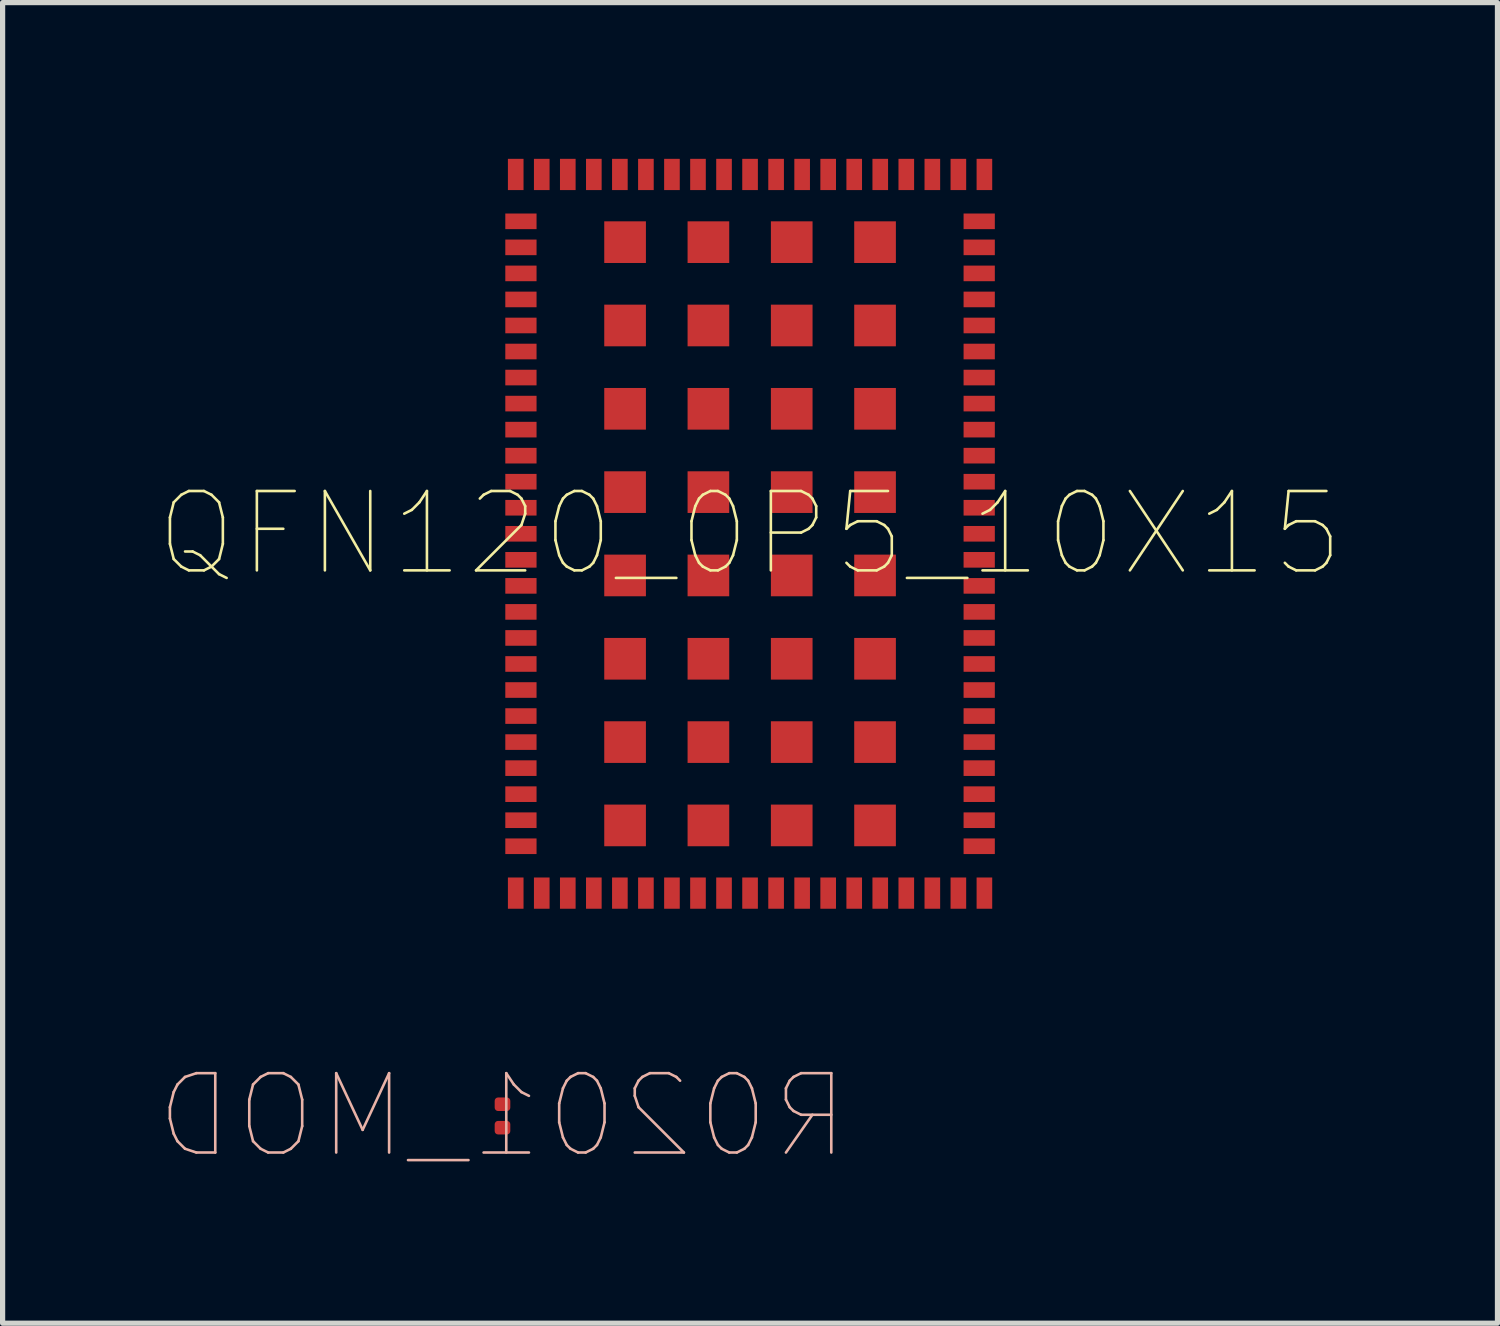
<source format=kicad_pcb>
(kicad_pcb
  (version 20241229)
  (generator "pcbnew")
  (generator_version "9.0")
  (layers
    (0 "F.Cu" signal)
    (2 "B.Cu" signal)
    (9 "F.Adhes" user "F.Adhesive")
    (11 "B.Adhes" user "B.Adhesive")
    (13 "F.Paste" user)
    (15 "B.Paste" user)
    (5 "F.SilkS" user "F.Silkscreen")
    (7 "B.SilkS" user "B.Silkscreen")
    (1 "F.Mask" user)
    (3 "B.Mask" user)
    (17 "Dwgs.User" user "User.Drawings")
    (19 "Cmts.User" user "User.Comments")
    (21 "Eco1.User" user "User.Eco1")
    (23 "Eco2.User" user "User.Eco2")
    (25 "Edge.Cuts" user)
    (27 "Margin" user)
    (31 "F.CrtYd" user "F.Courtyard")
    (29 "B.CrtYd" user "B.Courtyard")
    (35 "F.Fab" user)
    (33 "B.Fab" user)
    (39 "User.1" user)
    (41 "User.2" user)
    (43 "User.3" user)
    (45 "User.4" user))
  (footprint "QFN120_0P5_10X15"
    (layer "F.Cu")
    (at 11.353 7.2)
    (property "Reference" "QFN120_0P5_10X15" (at 0 0 0) (layer "F.SilkS") (effects (font (size 1.524 1.524) (thickness 0.05))))
    (attr smd)
    (pad "1" smd rect (at 4.5 -6.9 180) (size 0.3 0.6) (layers "F.Cu"))
    (pad "2" smd rect (at 4 -6.9 180) (size 0.3 0.6) (layers "F.Cu"))
    (pad "3" smd rect (at 3.5 -6.9 180) (size 0.3 0.6) (layers "F.Cu"))
    (pad "4" smd rect (at 3 -6.9 180) (size 0.3 0.6) (layers "F.Cu"))
    (pad "5" smd rect (at 2.5 -6.9 180) (size 0.3 0.6) (layers "F.Cu"))
    (pad "6" smd rect (at 2 -6.9 180) (size 0.3 0.6) (layers "F.Cu"))
    (pad "7" smd rect (at 1.5 -6.9 180) (size 0.3 0.6) (layers "F.Cu"))
    (pad "8" smd rect (at 1 -6.9 180) (size 0.3 0.6) (layers "F.Cu"))
    (pad "9" smd rect (at 0.5 -6.9 180) (size 0.3 0.6) (layers "F.Cu"))
    (pad "10" smd rect (at 0 -6.9 180) (size 0.3 0.6) (layers "F.Cu"))
    (pad "11" smd rect (at -0.5 -6.9 180) (size 0.3 0.6) (layers "F.Cu"))
    (pad "12" smd rect (at -1 -6.9 180) (size 0.3 0.6) (layers "F.Cu"))
    (pad "13" smd rect (at -1.5 -6.9 180) (size 0.3 0.6) (layers "F.Cu"))
    (pad "14" smd rect (at -2 -6.9 180) (size 0.3 0.6) (layers "F.Cu"))
    (pad "15" smd rect (at -2.5 -6.9 180) (size 0.3 0.6) (layers "F.Cu"))
    (pad "16" smd rect (at -3 -6.9 180) (size 0.3 0.6) (layers "F.Cu"))
    (pad "17" smd rect (at -3.5 -6.9 180) (size 0.3 0.6) (layers "F.Cu"))
    (pad "18" smd rect (at -4 -6.9 180) (size 0.3 0.6) (layers "F.Cu"))
    (pad "19" smd rect (at -4.5 -6.9 180) (size 0.3 0.6) (layers "F.Cu"))
    (pad "20" smd rect (at -4.4 -6 270) (size 0.3 0.6) (layers "F.Cu"))
    (pad "21" smd rect (at -4.4 -5.5 270) (size 0.3 0.6) (layers "F.Cu"))
    (pad "22" smd rect (at -4.4 -5 270) (size 0.3 0.6) (layers "F.Cu"))
    (pad "23" smd rect (at -4.4 -4.5 270) (size 0.3 0.6) (layers "F.Cu"))
    (pad "24" smd rect (at -4.4 -4 270) (size 0.3 0.6) (layers "F.Cu"))
    (pad "25" smd rect (at -4.4 -3.5 270) (size 0.3 0.6) (layers "F.Cu"))
    (pad "26" smd rect (at -4.4 -3 270) (size 0.3 0.6) (layers "F.Cu"))
    (pad "27" smd rect (at -4.4 -2.5 270) (size 0.3 0.6) (layers "F.Cu"))
    (pad "28" smd rect (at -4.4 -2 270) (size 0.3 0.6) (layers "F.Cu"))
    (pad "29" smd rect (at -4.4 -1.5 270) (size 0.3 0.6) (layers "F.Cu"))
    (pad "30" smd rect (at -4.4 -1 270) (size 0.3 0.6) (layers "F.Cu"))
    (pad "31" smd rect (at -4.4 -0.5 270) (size 0.3 0.6) (layers "F.Cu"))
    (pad "32" smd rect (at -4.4 0 270) (size 0.3 0.6) (layers "F.Cu"))
    (pad "33" smd rect (at -4.4 0.5 270) (size 0.3 0.6) (layers "F.Cu"))
    (pad "34" smd rect (at -4.4 1 270) (size 0.3 0.6) (layers "F.Cu"))
    (pad "35" smd rect (at -4.4 1.5 270) (size 0.3 0.6) (layers "F.Cu"))
    (pad "36" smd rect (at -4.4 2 270) (size 0.3 0.6) (layers "F.Cu"))
    (pad "37" smd rect (at -4.4 2.5 270) (size 0.3 0.6) (layers "F.Cu"))
    (pad "38" smd rect (at -4.4 3 270) (size 0.3 0.6) (layers "F.Cu"))
    (pad "39" smd rect (at -4.4 3.5 270) (size 0.3 0.6) (layers "F.Cu"))
    (pad "40" smd rect (at -4.4 4 270) (size 0.3 0.6) (layers "F.Cu"))
    (pad "41" smd rect (at -4.4 4.5 270) (size 0.3 0.6) (layers "F.Cu"))
    (pad "42" smd rect (at -4.4 5 270) (size 0.3 0.6) (layers "F.Cu"))
    (pad "43" smd rect (at -4.4 5.5 270) (size 0.3 0.6) (layers "F.Cu"))
    (pad "44" smd rect (at -4.4 6 270) (size 0.3 0.6) (layers "F.Cu"))
    (pad "45" smd rect (at -4.5 6.9 180) (size 0.3 0.6) (layers "F.Cu"))
    (pad "46" smd rect (at -4 6.9 180) (size 0.3 0.6) (layers "F.Cu"))
    (pad "47" smd rect (at -3.5 6.9 180) (size 0.3 0.6) (layers "F.Cu"))
    (pad "48" smd rect (at -3 6.9 180) (size 0.3 0.6) (layers "F.Cu"))
    (pad "49" smd rect (at -2.5 6.9 180) (size 0.3 0.6) (layers "F.Cu"))
    (pad "50" smd rect (at -2 6.9 180) (size 0.3 0.6) (layers "F.Cu"))
    (pad "51" smd rect (at -1.5 6.9 180) (size 0.3 0.6) (layers "F.Cu"))
    (pad "52" smd rect (at -1 6.9 180) (size 0.3 0.6) (layers "F.Cu"))
    (pad "53" smd rect (at -0.5 6.9 180) (size 0.3 0.6) (layers "F.Cu"))
    (pad "54" smd rect (at 0 6.9 180) (size 0.3 0.6) (layers "F.Cu"))
    (pad "55" smd rect (at 0.5 6.9 180) (size 0.3 0.6) (layers "F.Cu"))
    (pad "56" smd rect (at 1 6.9 180) (size 0.3 0.6) (layers "F.Cu"))
    (pad "57" smd rect (at 1.5 6.9 180) (size 0.3 0.6) (layers "F.Cu"))
    (pad "58" smd rect (at 2 6.9 180) (size 0.3 0.6) (layers "F.Cu"))
    (pad "59" smd rect (at 2.5 6.9 180) (size 0.3 0.6) (layers "F.Cu"))
    (pad "60" smd rect (at 3 6.9 180) (size 0.3 0.6) (layers "F.Cu"))
    (pad "61" smd rect (at 3.5 6.9 180) (size 0.3 0.6) (layers "F.Cu"))
    (pad "62" smd rect (at 4 6.9 180) (size 0.3 0.6) (layers "F.Cu"))
    (pad "63" smd rect (at 4.5 6.9 180) (size 0.3 0.6) (layers "F.Cu"))
    (pad "64" smd rect (at 4.4 6 270) (size 0.3 0.6) (layers "F.Cu"))
    (pad "65" smd rect (at 4.4 5.5 270) (size 0.3 0.6) (layers "F.Cu"))
    (pad "66" smd rect (at 4.4 5 270) (size 0.3 0.6) (layers "F.Cu"))
    (pad "67" smd rect (at 4.4 4.5 270) (size 0.3 0.6) (layers "F.Cu"))
    (pad "68" smd rect (at 4.4 4 270) (size 0.3 0.6) (layers "F.Cu"))
    (pad "69" smd rect (at 4.4 3.5 270) (size 0.3 0.6) (layers "F.Cu"))
    (pad "70" smd rect (at 4.4 3 270) (size 0.3 0.6) (layers "F.Cu"))
    (pad "71" smd rect (at 4.4 2.5 270) (size 0.3 0.6) (layers "F.Cu"))
    (pad "72" smd rect (at 4.4 2 270) (size 0.3 0.6) (layers "F.Cu"))
    (pad "73" smd rect (at 4.4 1.5 270) (size 0.3 0.6) (layers "F.Cu"))
    (pad "74" smd rect (at 4.4 1 270) (size 0.3 0.6) (layers "F.Cu"))
    (pad "75" smd rect (at 4.4 0.5 270) (size 0.3 0.6) (layers "F.Cu"))
    (pad "76" smd rect (at 4.4 0 270) (size 0.3 0.6) (layers "F.Cu"))
    (pad "77" smd rect (at 4.4 -0.5 270) (size 0.3 0.6) (layers "F.Cu"))
    (pad "78" smd rect (at 4.4 -1 270) (size 0.3 0.6) (layers "F.Cu"))
    (pad "79" smd rect (at 4.4 -1.5 270) (size 0.3 0.6) (layers "F.Cu"))
    (pad "80" smd rect (at 4.4 -2 270) (size 0.3 0.6) (layers "F.Cu"))
    (pad "81" smd rect (at 4.4 -2.5 270) (size 0.3 0.6) (layers "F.Cu"))
    (pad "82" smd rect (at 4.4 -3 270) (size 0.3 0.6) (layers "F.Cu"))
    (pad "83" smd rect (at 4.4 -3.5 270) (size 0.3 0.6) (layers "F.Cu"))
    (pad "84" smd rect (at 4.4 -4 270) (size 0.3 0.6) (layers "F.Cu"))
    (pad "85" smd rect (at 4.4 -4.5 270) (size 0.3 0.6) (layers "F.Cu"))
    (pad "86" smd rect (at 4.4 -5 270) (size 0.3 0.6) (layers "F.Cu"))
    (pad "87" smd rect (at 4.4 -5.5 270) (size 0.3 0.6) (layers "F.Cu"))
    (pad "88" smd rect (at 4.4 -6 270) (size 0.3 0.6) (layers "F.Cu"))
    (pad "89" smd rect (at 2.4 -5.6 180) (size 0.8 0.8) (layers "F.Cu"))
    (pad "90" smd rect (at 0.8 -5.6 180) (size 0.8 0.8) (layers "F.Cu"))
    (pad "91" smd rect (at -0.8 -5.6 180) (size 0.8 0.8) (layers "F.Cu"))
    (pad "92" smd rect (at -2.4 -5.6 180) (size 0.8 0.8) (layers "F.Cu"))
    (pad "93" smd rect (at -2.4 -4 180) (size 0.8 0.8) (layers "F.Cu"))
    (pad "94" smd rect (at -2.4 -2.4 180) (size 0.8 0.8) (layers "F.Cu"))
    (pad "95" smd rect (at -2.4 -0.8 180) (size 0.8 0.8) (layers "F.Cu"))
    (pad "96" smd rect (at -2.4 0.8 180) (size 0.8 0.8) (layers "F.Cu"))
    (pad "97" smd rect (at -2.4 2.4 180) (size 0.8 0.8) (layers "F.Cu"))
    (pad "98" smd rect (at -2.4 4 180) (size 0.8 0.8) (layers "F.Cu"))
    (pad "99" smd rect (at -2.4 5.6 180) (size 0.8 0.8) (layers "F.Cu"))
    (pad "100" smd rect (at -0.8 5.6 180) (size 0.8 0.8) (layers "F.Cu"))
    (pad "101" smd rect (at 0.8 5.6 180) (size 0.8 0.8) (layers "F.Cu"))
    (pad "102" smd rect (at 2.4 5.6 180) (size 0.8 0.8) (layers "F.Cu"))
    (pad "103" smd rect (at 2.4 4 180) (size 0.8 0.8) (layers "F.Cu"))
    (pad "104" smd rect (at 2.4 2.4 180) (size 0.8 0.8) (layers "F.Cu"))
    (pad "105" smd rect (at 2.4 0.8 180) (size 0.8 0.8) (layers "F.Cu"))
    (pad "106" smd rect (at 2.4 -0.8 180) (size 0.8 0.8) (layers "F.Cu"))
    (pad "107" smd rect (at 2.4 -2.4 180) (size 0.8 0.8) (layers "F.Cu"))
    (pad "108" smd rect (at 2.4 -4 180) (size 0.8 0.8) (layers "F.Cu"))
    (pad "109" smd rect (at 0.8 -4 180) (size 0.8 0.8) (layers "F.Cu"))
    (pad "110" smd rect (at -0.8 -4 180) (size 0.8 0.8) (layers "F.Cu"))
    (pad "111" smd rect (at -0.8 -2.4 180) (size 0.8 0.8) (layers "F.Cu"))
    (pad "112" smd rect (at -0.8 -0.8 180) (size 0.8 0.8) (layers "F.Cu"))
    (pad "113" smd rect (at -0.8 0.8 180) (size 0.8 0.8) (layers "F.Cu"))
    (pad "114" smd rect (at -0.8 2.4 180) (size 0.8 0.8) (layers "F.Cu"))
    (pad "115" smd rect (at -0.8 4 180) (size 0.8 0.8) (layers "F.Cu"))
    (pad "116" smd rect (at 0.8 4 180) (size 0.8 0.8) (layers "F.Cu"))
    (pad "117" smd rect (at 0.8 2.4 180) (size 0.8 0.8) (layers "F.Cu"))
    (pad "118" smd rect (at 0.8 0.8 180) (size 0.8 0.8) (layers "F.Cu"))
    (pad "119" smd rect (at 0.8 -0.8 180) (size 0.8 0.8) (layers "F.Cu"))
    (pad "120" smd rect (at 0.8 -2.4 180) (size 0.8 0.8) (layers "F.Cu")))
  (footprint "R0201_MOD"
    (layer "F.Cu")
    (at 6.599 18.379)
    (property "Reference" "R0201_MOD" (at 0 0 0) (layer "B.SilkS") (effects (font (size 1.524 1.524) (thickness 0.05)) (justify mirror)))
    (attr smd)
    (pad "1" smd roundrect (at 0 -0.225 180) (size 0.3 0.26) (layers "F.Cu") (roundrect_rratio 0.25))
    (pad "2" smd roundrect (at 0 0.225 180) (size 0.3 0.26) (layers "F.Cu") (roundrect_rratio 0.25)))
  (gr_rect
    (start -3 -3)
    (end 25.705 22.359)
    (stroke (width 0.1) (type default))
    (fill no)
    (layer "Edge.Cuts")))
</source>
